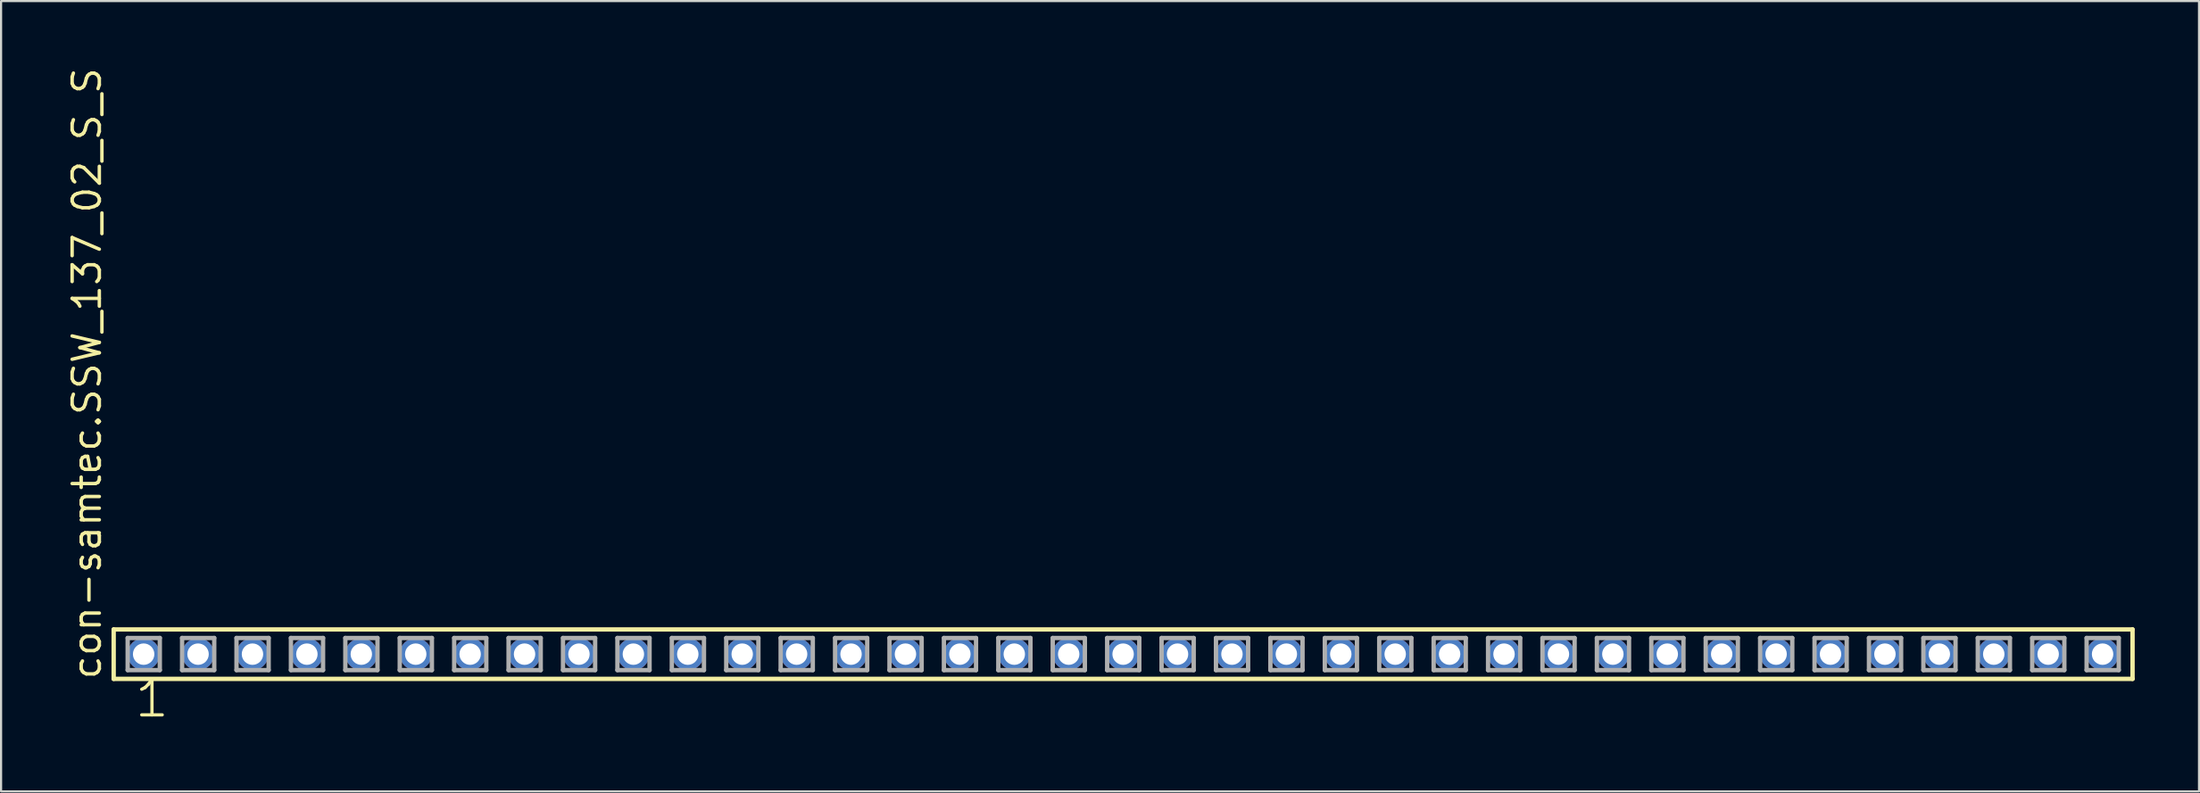
<source format=kicad_pcb>
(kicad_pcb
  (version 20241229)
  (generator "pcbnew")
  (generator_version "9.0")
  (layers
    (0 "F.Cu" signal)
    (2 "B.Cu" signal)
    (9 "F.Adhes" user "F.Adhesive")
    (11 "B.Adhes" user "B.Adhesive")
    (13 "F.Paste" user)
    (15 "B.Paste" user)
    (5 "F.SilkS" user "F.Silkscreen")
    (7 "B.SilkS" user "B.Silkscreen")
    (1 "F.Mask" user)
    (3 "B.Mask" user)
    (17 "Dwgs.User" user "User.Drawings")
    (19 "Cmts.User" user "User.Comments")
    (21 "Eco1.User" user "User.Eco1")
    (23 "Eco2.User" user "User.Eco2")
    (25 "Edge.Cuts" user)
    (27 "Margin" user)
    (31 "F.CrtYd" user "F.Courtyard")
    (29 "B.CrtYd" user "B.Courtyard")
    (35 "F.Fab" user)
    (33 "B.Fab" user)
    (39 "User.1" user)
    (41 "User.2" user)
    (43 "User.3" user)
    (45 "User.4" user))
  (footprint "con-samtec.SSW_137_02_S_S"
    (layer "F.Cu")
    (at 49.375 27.501)
    (property "Reference" "con-samtec.SSW_137_02_S_S" (at -47.625 1.27 90) (layer "F.SilkS") (effects (font (size 1.27 1.27) (thickness 0.16)) (justify left bottom)))
    (attr through_hole)
    (fp_line (start -47.119 -1.155) (end 47.119 -1.155) (stroke (width 0.203) (type default)) (layer "F.SilkS"))
    (fp_line (start -47.119 1.155) (end -47.119 -1.155) (stroke (width 0.203) (type default)) (layer "F.SilkS"))
    (fp_line (start 47.119 -1.155) (end 47.119 1.155) (stroke (width 0.203) (type default)) (layer "F.SilkS"))
    (fp_line (start 47.119 1.155) (end -47.119 1.155) (stroke (width 0.203) (type default)) (layer "F.SilkS"))
    (fp_line (start -46.465 -0.755) (end -44.965 -0.755) (stroke (width 0.203) (type default)) (layer "F.Fab"))
    (fp_line (start -46.465 0.745) (end -46.465 -0.755) (stroke (width 0.203) (type default)) (layer "F.Fab"))
    (fp_line (start -44.965 -0.755) (end -44.965 0.745) (stroke (width 0.203) (type default)) (layer "F.Fab"))
    (fp_line (start -44.965 0.745) (end -46.465 0.745) (stroke (width 0.203) (type default)) (layer "F.Fab"))
    (fp_line (start -43.925 -0.755) (end -42.425 -0.755) (stroke (width 0.203) (type default)) (layer "F.Fab"))
    (fp_line (start -43.925 0.745) (end -43.925 -0.755) (stroke (width 0.203) (type default)) (layer "F.Fab"))
    (fp_line (start -42.425 -0.755) (end -42.425 0.745) (stroke (width 0.203) (type default)) (layer "F.Fab"))
    (fp_line (start -42.425 0.745) (end -43.925 0.745) (stroke (width 0.203) (type default)) (layer "F.Fab"))
    (fp_line (start -41.385 -0.755) (end -39.885 -0.755) (stroke (width 0.203) (type default)) (layer "F.Fab"))
    (fp_line (start -41.385 0.745) (end -41.385 -0.755) (stroke (width 0.203) (type default)) (layer "F.Fab"))
    (fp_line (start -39.885 -0.755) (end -39.885 0.745) (stroke (width 0.203) (type default)) (layer "F.Fab"))
    (fp_line (start -39.885 0.745) (end -41.385 0.745) (stroke (width 0.203) (type default)) (layer "F.Fab"))
    (fp_line (start -38.845 -0.755) (end -37.345 -0.755) (stroke (width 0.203) (type default)) (layer "F.Fab"))
    (fp_line (start -38.845 0.745) (end -38.845 -0.755) (stroke (width 0.203) (type default)) (layer "F.Fab"))
    (fp_line (start -37.345 -0.755) (end -37.345 0.745) (stroke (width 0.203) (type default)) (layer "F.Fab"))
    (fp_line (start -37.345 0.745) (end -38.845 0.745) (stroke (width 0.203) (type default)) (layer "F.Fab"))
    (fp_line (start -36.305 -0.755) (end -34.805 -0.755) (stroke (width 0.203) (type default)) (layer "F.Fab"))
    (fp_line (start -36.305 0.745) (end -36.305 -0.755) (stroke (width 0.203) (type default)) (layer "F.Fab"))
    (fp_line (start -34.805 -0.755) (end -34.805 0.745) (stroke (width 0.203) (type default)) (layer "F.Fab"))
    (fp_line (start -34.805 0.745) (end -36.305 0.745) (stroke (width 0.203) (type default)) (layer "F.Fab"))
    (fp_line (start -33.765 -0.755) (end -32.265 -0.755) (stroke (width 0.203) (type default)) (layer "F.Fab"))
    (fp_line (start -33.765 0.745) (end -33.765 -0.755) (stroke (width 0.203) (type default)) (layer "F.Fab"))
    (fp_line (start -32.265 -0.755) (end -32.265 0.745) (stroke (width 0.203) (type default)) (layer "F.Fab"))
    (fp_line (start -32.265 0.745) (end -33.765 0.745) (stroke (width 0.203) (type default)) (layer "F.Fab"))
    (fp_line (start -31.225 -0.755) (end -29.725 -0.755) (stroke (width 0.203) (type default)) (layer "F.Fab"))
    (fp_line (start -31.225 0.745) (end -31.225 -0.755) (stroke (width 0.203) (type default)) (layer "F.Fab"))
    (fp_line (start -29.725 -0.755) (end -29.725 0.745) (stroke (width 0.203) (type default)) (layer "F.Fab"))
    (fp_line (start -29.725 0.745) (end -31.225 0.745) (stroke (width 0.203) (type default)) (layer "F.Fab"))
    (fp_line (start -28.685 -0.755) (end -27.185 -0.755) (stroke (width 0.203) (type default)) (layer "F.Fab"))
    (fp_line (start -28.685 0.745) (end -28.685 -0.755) (stroke (width 0.203) (type default)) (layer "F.Fab"))
    (fp_line (start -27.185 -0.755) (end -27.185 0.745) (stroke (width 0.203) (type default)) (layer "F.Fab"))
    (fp_line (start -27.185 0.745) (end -28.685 0.745) (stroke (width 0.203) (type default)) (layer "F.Fab"))
    (fp_line (start -26.145 -0.755) (end -24.645 -0.755) (stroke (width 0.203) (type default)) (layer "F.Fab"))
    (fp_line (start -26.145 0.745) (end -26.145 -0.755) (stroke (width 0.203) (type default)) (layer "F.Fab"))
    (fp_line (start -24.645 -0.755) (end -24.645 0.745) (stroke (width 0.203) (type default)) (layer "F.Fab"))
    (fp_line (start -24.645 0.745) (end -26.145 0.745) (stroke (width 0.203) (type default)) (layer "F.Fab"))
    (fp_line (start -23.605 -0.755) (end -22.105 -0.755) (stroke (width 0.203) (type default)) (layer "F.Fab"))
    (fp_line (start -23.605 0.745) (end -23.605 -0.755) (stroke (width 0.203) (type default)) (layer "F.Fab"))
    (fp_line (start -22.105 -0.755) (end -22.105 0.745) (stroke (width 0.203) (type default)) (layer "F.Fab"))
    (fp_line (start -22.105 0.745) (end -23.605 0.745) (stroke (width 0.203) (type default)) (layer "F.Fab"))
    (fp_line (start -21.065 -0.755) (end -19.565 -0.755) (stroke (width 0.203) (type default)) (layer "F.Fab"))
    (fp_line (start -21.065 0.745) (end -21.065 -0.755) (stroke (width 0.203) (type default)) (layer "F.Fab"))
    (fp_line (start -19.565 -0.755) (end -19.565 0.745) (stroke (width 0.203) (type default)) (layer "F.Fab"))
    (fp_line (start -19.565 0.745) (end -21.065 0.745) (stroke (width 0.203) (type default)) (layer "F.Fab"))
    (fp_line (start -18.525 -0.755) (end -17.025 -0.755) (stroke (width 0.203) (type default)) (layer "F.Fab"))
    (fp_line (start -18.525 0.745) (end -18.525 -0.755) (stroke (width 0.203) (type default)) (layer "F.Fab"))
    (fp_line (start -17.025 -0.755) (end -17.025 0.745) (stroke (width 0.203) (type default)) (layer "F.Fab"))
    (fp_line (start -17.025 0.745) (end -18.525 0.745) (stroke (width 0.203) (type default)) (layer "F.Fab"))
    (fp_line (start -15.985 -0.755) (end -14.485 -0.755) (stroke (width 0.203) (type default)) (layer "F.Fab"))
    (fp_line (start -15.985 0.745) (end -15.985 -0.755) (stroke (width 0.203) (type default)) (layer "F.Fab"))
    (fp_line (start -14.485 -0.755) (end -14.485 0.745) (stroke (width 0.203) (type default)) (layer "F.Fab"))
    (fp_line (start -14.485 0.745) (end -15.985 0.745) (stroke (width 0.203) (type default)) (layer "F.Fab"))
    (fp_line (start -13.445 -0.755) (end -11.945 -0.755) (stroke (width 0.203) (type default)) (layer "F.Fab"))
    (fp_line (start -13.445 0.745) (end -13.445 -0.755) (stroke (width 0.203) (type default)) (layer "F.Fab"))
    (fp_line (start -11.945 -0.755) (end -11.945 0.745) (stroke (width 0.203) (type default)) (layer "F.Fab"))
    (fp_line (start -11.945 0.745) (end -13.445 0.745) (stroke (width 0.203) (type default)) (layer "F.Fab"))
    (fp_line (start -10.905 -0.755) (end -9.405 -0.755) (stroke (width 0.203) (type default)) (layer "F.Fab"))
    (fp_line (start -10.905 0.745) (end -10.905 -0.755) (stroke (width 0.203) (type default)) (layer "F.Fab"))
    (fp_line (start -9.405 -0.755) (end -9.405 0.745) (stroke (width 0.203) (type default)) (layer "F.Fab"))
    (fp_line (start -9.405 0.745) (end -10.905 0.745) (stroke (width 0.203) (type default)) (layer "F.Fab"))
    (fp_line (start -8.365 -0.755) (end -6.865 -0.755) (stroke (width 0.203) (type default)) (layer "F.Fab"))
    (fp_line (start -8.365 0.745) (end -8.365 -0.755) (stroke (width 0.203) (type default)) (layer "F.Fab"))
    (fp_line (start -6.865 -0.755) (end -6.865 0.745) (stroke (width 0.203) (type default)) (layer "F.Fab"))
    (fp_line (start -6.865 0.745) (end -8.365 0.745) (stroke (width 0.203) (type default)) (layer "F.Fab"))
    (fp_line (start -5.825 -0.755) (end -4.325 -0.755) (stroke (width 0.203) (type default)) (layer "F.Fab"))
    (fp_line (start -5.825 0.745) (end -5.825 -0.755) (stroke (width 0.203) (type default)) (layer "F.Fab"))
    (fp_line (start -4.325 -0.755) (end -4.325 0.745) (stroke (width 0.203) (type default)) (layer "F.Fab"))
    (fp_line (start -4.325 0.745) (end -5.825 0.745) (stroke (width 0.203) (type default)) (layer "F.Fab"))
    (fp_line (start -3.285 -0.755) (end -1.785 -0.755) (stroke (width 0.203) (type default)) (layer "F.Fab"))
    (fp_line (start -3.285 0.745) (end -3.285 -0.755) (stroke (width 0.203) (type default)) (layer "F.Fab"))
    (fp_line (start -1.785 -0.755) (end -1.785 0.745) (stroke (width 0.203) (type default)) (layer "F.Fab"))
    (fp_line (start -1.785 0.745) (end -3.285 0.745) (stroke (width 0.203) (type default)) (layer "F.Fab"))
    (fp_line (start -0.745 -0.755) (end 0.755 -0.755) (stroke (width 0.203) (type default)) (layer "F.Fab"))
    (fp_line (start -0.745 0.745) (end -0.745 -0.755) (stroke (width 0.203) (type default)) (layer "F.Fab"))
    (fp_line (start 0.755 -0.755) (end 0.755 0.745) (stroke (width 0.203) (type default)) (layer "F.Fab"))
    (fp_line (start 0.755 0.745) (end -0.745 0.745) (stroke (width 0.203) (type default)) (layer "F.Fab"))
    (fp_line (start 1.795 -0.755) (end 3.295 -0.755) (stroke (width 0.203) (type default)) (layer "F.Fab"))
    (fp_line (start 1.795 0.745) (end 1.795 -0.755) (stroke (width 0.203) (type default)) (layer "F.Fab"))
    (fp_line (start 3.295 -0.755) (end 3.295 0.745) (stroke (width 0.203) (type default)) (layer "F.Fab"))
    (fp_line (start 3.295 0.745) (end 1.795 0.745) (stroke (width 0.203) (type default)) (layer "F.Fab"))
    (fp_line (start 4.335 -0.755) (end 5.835 -0.755) (stroke (width 0.203) (type default)) (layer "F.Fab"))
    (fp_line (start 4.335 0.745) (end 4.335 -0.755) (stroke (width 0.203) (type default)) (layer "F.Fab"))
    (fp_line (start 5.835 -0.755) (end 5.835 0.745) (stroke (width 0.203) (type default)) (layer "F.Fab"))
    (fp_line (start 5.835 0.745) (end 4.335 0.745) (stroke (width 0.203) (type default)) (layer "F.Fab"))
    (fp_line (start 6.875 -0.755) (end 8.375 -0.755) (stroke (width 0.203) (type default)) (layer "F.Fab"))
    (fp_line (start 6.875 0.745) (end 6.875 -0.755) (stroke (width 0.203) (type default)) (layer "F.Fab"))
    (fp_line (start 8.375 -0.755) (end 8.375 0.745) (stroke (width 0.203) (type default)) (layer "F.Fab"))
    (fp_line (start 8.375 0.745) (end 6.875 0.745) (stroke (width 0.203) (type default)) (layer "F.Fab"))
    (fp_line (start 9.415 -0.755) (end 10.915 -0.755) (stroke (width 0.203) (type default)) (layer "F.Fab"))
    (fp_line (start 9.415 0.745) (end 9.415 -0.755) (stroke (width 0.203) (type default)) (layer "F.Fab"))
    (fp_line (start 10.915 -0.755) (end 10.915 0.745) (stroke (width 0.203) (type default)) (layer "F.Fab"))
    (fp_line (start 10.915 0.745) (end 9.415 0.745) (stroke (width 0.203) (type default)) (layer "F.Fab"))
    (fp_line (start 11.955 -0.755) (end 13.455 -0.755) (stroke (width 0.203) (type default)) (layer "F.Fab"))
    (fp_line (start 11.955 0.745) (end 11.955 -0.755) (stroke (width 0.203) (type default)) (layer "F.Fab"))
    (fp_line (start 13.455 -0.755) (end 13.455 0.745) (stroke (width 0.203) (type default)) (layer "F.Fab"))
    (fp_line (start 13.455 0.745) (end 11.955 0.745) (stroke (width 0.203) (type default)) (layer "F.Fab"))
    (fp_line (start 14.495 -0.755) (end 15.995 -0.755) (stroke (width 0.203) (type default)) (layer "F.Fab"))
    (fp_line (start 14.495 0.745) (end 14.495 -0.755) (stroke (width 0.203) (type default)) (layer "F.Fab"))
    (fp_line (start 15.995 -0.755) (end 15.995 0.745) (stroke (width 0.203) (type default)) (layer "F.Fab"))
    (fp_line (start 15.995 0.745) (end 14.495 0.745) (stroke (width 0.203) (type default)) (layer "F.Fab"))
    (fp_line (start 17.035 -0.755) (end 18.535 -0.755) (stroke (width 0.203) (type default)) (layer "F.Fab"))
    (fp_line (start 17.035 0.745) (end 17.035 -0.755) (stroke (width 0.203) (type default)) (layer "F.Fab"))
    (fp_line (start 18.535 -0.755) (end 18.535 0.745) (stroke (width 0.203) (type default)) (layer "F.Fab"))
    (fp_line (start 18.535 0.745) (end 17.035 0.745) (stroke (width 0.203) (type default)) (layer "F.Fab"))
    (fp_line (start 19.575 -0.755) (end 21.075 -0.755) (stroke (width 0.203) (type default)) (layer "F.Fab"))
    (fp_line (start 19.575 0.745) (end 19.575 -0.755) (stroke (width 0.203) (type default)) (layer "F.Fab"))
    (fp_line (start 21.075 -0.755) (end 21.075 0.745) (stroke (width 0.203) (type default)) (layer "F.Fab"))
    (fp_line (start 21.075 0.745) (end 19.575 0.745) (stroke (width 0.203) (type default)) (layer "F.Fab"))
    (fp_line (start 22.115 -0.755) (end 23.615 -0.755) (stroke (width 0.203) (type default)) (layer "F.Fab"))
    (fp_line (start 22.115 0.745) (end 22.115 -0.755) (stroke (width 0.203) (type default)) (layer "F.Fab"))
    (fp_line (start 23.615 -0.755) (end 23.615 0.745) (stroke (width 0.203) (type default)) (layer "F.Fab"))
    (fp_line (start 23.615 0.745) (end 22.115 0.745) (stroke (width 0.203) (type default)) (layer "F.Fab"))
    (fp_line (start 24.655 -0.755) (end 26.155 -0.755) (stroke (width 0.203) (type default)) (layer "F.Fab"))
    (fp_line (start 24.655 0.745) (end 24.655 -0.755) (stroke (width 0.203) (type default)) (layer "F.Fab"))
    (fp_line (start 26.155 -0.755) (end 26.155 0.745) (stroke (width 0.203) (type default)) (layer "F.Fab"))
    (fp_line (start 26.155 0.745) (end 24.655 0.745) (stroke (width 0.203) (type default)) (layer "F.Fab"))
    (fp_line (start 27.195 -0.755) (end 28.695 -0.755) (stroke (width 0.203) (type default)) (layer "F.Fab"))
    (fp_line (start 27.195 0.745) (end 27.195 -0.755) (stroke (width 0.203) (type default)) (layer "F.Fab"))
    (fp_line (start 28.695 -0.755) (end 28.695 0.745) (stroke (width 0.203) (type default)) (layer "F.Fab"))
    (fp_line (start 28.695 0.745) (end 27.195 0.745) (stroke (width 0.203) (type default)) (layer "F.Fab"))
    (fp_line (start 29.735 -0.755) (end 31.235 -0.755) (stroke (width 0.203) (type default)) (layer "F.Fab"))
    (fp_line (start 29.735 0.745) (end 29.735 -0.755) (stroke (width 0.203) (type default)) (layer "F.Fab"))
    (fp_line (start 31.235 -0.755) (end 31.235 0.745) (stroke (width 0.203) (type default)) (layer "F.Fab"))
    (fp_line (start 31.235 0.745) (end 29.735 0.745) (stroke (width 0.203) (type default)) (layer "F.Fab"))
    (fp_line (start 32.275 -0.755) (end 33.775 -0.755) (stroke (width 0.203) (type default)) (layer "F.Fab"))
    (fp_line (start 32.275 0.745) (end 32.275 -0.755) (stroke (width 0.203) (type default)) (layer "F.Fab"))
    (fp_line (start 33.775 -0.755) (end 33.775 0.745) (stroke (width 0.203) (type default)) (layer "F.Fab"))
    (fp_line (start 33.775 0.745) (end 32.275 0.745) (stroke (width 0.203) (type default)) (layer "F.Fab"))
    (fp_line (start 34.815 -0.755) (end 36.315 -0.755) (stroke (width 0.203) (type default)) (layer "F.Fab"))
    (fp_line (start 34.815 0.745) (end 34.815 -0.755) (stroke (width 0.203) (type default)) (layer "F.Fab"))
    (fp_line (start 36.315 -0.755) (end 36.315 0.745) (stroke (width 0.203) (type default)) (layer "F.Fab"))
    (fp_line (start 36.315 0.745) (end 34.815 0.745) (stroke (width 0.203) (type default)) (layer "F.Fab"))
    (fp_line (start 37.355 -0.755) (end 38.855 -0.755) (stroke (width 0.203) (type default)) (layer "F.Fab"))
    (fp_line (start 37.355 0.745) (end 37.355 -0.755) (stroke (width 0.203) (type default)) (layer "F.Fab"))
    (fp_line (start 38.855 -0.755) (end 38.855 0.745) (stroke (width 0.203) (type default)) (layer "F.Fab"))
    (fp_line (start 38.855 0.745) (end 37.355 0.745) (stroke (width 0.203) (type default)) (layer "F.Fab"))
    (fp_line (start 39.895 -0.755) (end 41.395 -0.755) (stroke (width 0.203) (type default)) (layer "F.Fab"))
    (fp_line (start 39.895 0.745) (end 39.895 -0.755) (stroke (width 0.203) (type default)) (layer "F.Fab"))
    (fp_line (start 41.395 -0.755) (end 41.395 0.745) (stroke (width 0.203) (type default)) (layer "F.Fab"))
    (fp_line (start 41.395 0.745) (end 39.895 0.745) (stroke (width 0.203) (type default)) (layer "F.Fab"))
    (fp_line (start 42.435 -0.755) (end 43.935 -0.755) (stroke (width 0.203) (type default)) (layer "F.Fab"))
    (fp_line (start 42.435 0.745) (end 42.435 -0.755) (stroke (width 0.203) (type default)) (layer "F.Fab"))
    (fp_line (start 43.935 -0.755) (end 43.935 0.745) (stroke (width 0.203) (type default)) (layer "F.Fab"))
    (fp_line (start 43.935 0.745) (end 42.435 0.745) (stroke (width 0.203) (type default)) (layer "F.Fab"))
    (fp_line (start 44.975 -0.755) (end 46.475 -0.755) (stroke (width 0.203) (type default)) (layer "F.Fab"))
    (fp_line (start 44.975 0.745) (end 44.975 -0.755) (stroke (width 0.203) (type default)) (layer "F.Fab"))
    (fp_line (start 46.475 -0.755) (end 46.475 0.745) (stroke (width 0.203) (type default)) (layer "F.Fab"))
    (fp_line (start 46.475 0.745) (end 44.975 0.745) (stroke (width 0.203) (type default)) (layer "F.Fab"))
    (fp_text user "1" (at -46.228 3.048 0) (layer "F.SilkS") (effects (font (size 1.676 1.676) (thickness 0.15)) (justify left bottom)))
    (pad "1" thru_hole circle (at -45.72 0) (size 1.5 1.5) (drill 1) (layers "*.Cu" "*.Mask"))
    (pad "2" thru_hole circle (at -43.18 0) (size 1.5 1.5) (drill 1) (layers "*.Cu" "*.Mask"))
    (pad "3" thru_hole circle (at -40.64 0) (size 1.5 1.5) (drill 1) (layers "*.Cu" "*.Mask"))
    (pad "4" thru_hole circle (at -38.1 0) (size 1.5 1.5) (drill 1) (layers "*.Cu" "*.Mask"))
    (pad "5" thru_hole circle (at -35.56 0) (size 1.5 1.5) (drill 1) (layers "*.Cu" "*.Mask"))
    (pad "6" thru_hole circle (at -33.02 0) (size 1.5 1.5) (drill 1) (layers "*.Cu" "*.Mask"))
    (pad "7" thru_hole circle (at -30.48 0) (size 1.5 1.5) (drill 1) (layers "*.Cu" "*.Mask"))
    (pad "8" thru_hole circle (at -27.94 0) (size 1.5 1.5) (drill 1) (layers "*.Cu" "*.Mask"))
    (pad "9" thru_hole circle (at -25.4 0) (size 1.5 1.5) (drill 1) (layers "*.Cu" "*.Mask"))
    (pad "10" thru_hole circle (at -22.86 0) (size 1.5 1.5) (drill 1) (layers "*.Cu" "*.Mask"))
    (pad "11" thru_hole circle (at -20.32 0) (size 1.5 1.5) (drill 1) (layers "*.Cu" "*.Mask"))
    (pad "12" thru_hole circle (at -17.78 0) (size 1.5 1.5) (drill 1) (layers "*.Cu" "*.Mask"))
    (pad "13" thru_hole circle (at -15.24 0) (size 1.5 1.5) (drill 1) (layers "*.Cu" "*.Mask"))
    (pad "14" thru_hole circle (at -12.7 0) (size 1.5 1.5) (drill 1) (layers "*.Cu" "*.Mask"))
    (pad "15" thru_hole circle (at -10.16 0) (size 1.5 1.5) (drill 1) (layers "*.Cu" "*.Mask"))
    (pad "16" thru_hole circle (at -7.62 0) (size 1.5 1.5) (drill 1) (layers "*.Cu" "*.Mask"))
    (pad "17" thru_hole circle (at -5.08 0) (size 1.5 1.5) (drill 1) (layers "*.Cu" "*.Mask"))
    (pad "18" thru_hole circle (at -2.54 0) (size 1.5 1.5) (drill 1) (layers "*.Cu" "*.Mask"))
    (pad "19" thru_hole circle (at 0 0) (size 1.5 1.5) (drill 1) (layers "*.Cu" "*.Mask"))
    (pad "20" thru_hole circle (at 2.54 0) (size 1.5 1.5) (drill 1) (layers "*.Cu" "*.Mask"))
    (pad "21" thru_hole circle (at 5.08 0) (size 1.5 1.5) (drill 1) (layers "*.Cu" "*.Mask"))
    (pad "22" thru_hole circle (at 7.62 0) (size 1.5 1.5) (drill 1) (layers "*.Cu" "*.Mask"))
    (pad "23" thru_hole circle (at 10.16 0) (size 1.5 1.5) (drill 1) (layers "*.Cu" "*.Mask"))
    (pad "24" thru_hole circle (at 12.7 0) (size 1.5 1.5) (drill 1) (layers "*.Cu" "*.Mask"))
    (pad "25" thru_hole circle (at 15.24 0) (size 1.5 1.5) (drill 1) (layers "*.Cu" "*.Mask"))
    (pad "26" thru_hole circle (at 17.78 0) (size 1.5 1.5) (drill 1) (layers "*.Cu" "*.Mask"))
    (pad "27" thru_hole circle (at 20.32 0) (size 1.5 1.5) (drill 1) (layers "*.Cu" "*.Mask"))
    (pad "28" thru_hole circle (at 22.86 0) (size 1.5 1.5) (drill 1) (layers "*.Cu" "*.Mask"))
    (pad "29" thru_hole circle (at 25.4 0) (size 1.5 1.5) (drill 1) (layers "*.Cu" "*.Mask"))
    (pad "30" thru_hole circle (at 27.94 0) (size 1.5 1.5) (drill 1) (layers "*.Cu" "*.Mask"))
    (pad "31" thru_hole circle (at 30.48 0) (size 1.5 1.5) (drill 1) (layers "*.Cu" "*.Mask"))
    (pad "32" thru_hole circle (at 33.02 0) (size 1.5 1.5) (drill 1) (layers "*.Cu" "*.Mask"))
    (pad "33" thru_hole circle (at 35.56 0) (size 1.5 1.5) (drill 1) (layers "*.Cu" "*.Mask"))
    (pad "34" thru_hole circle (at 38.1 0) (size 1.5 1.5) (drill 1) (layers "*.Cu" "*.Mask"))
    (pad "35" thru_hole circle (at 40.64 0) (size 1.5 1.5) (drill 1) (layers "*.Cu" "*.Mask"))
    (pad "36" thru_hole circle (at 43.18 0) (size 1.5 1.5) (drill 1) (layers "*.Cu" "*.Mask"))
    (pad "37" thru_hole circle (at 45.72 0) (size 1.5 1.5) (drill 1) (layers "*.Cu" "*.Mask")))
  (gr_rect
    (start -3 -3)
    (end 99.596 33.91)
    (stroke (width 0.1) (type default))
    (fill no)
    (layer "Edge.Cuts")))
</source>
